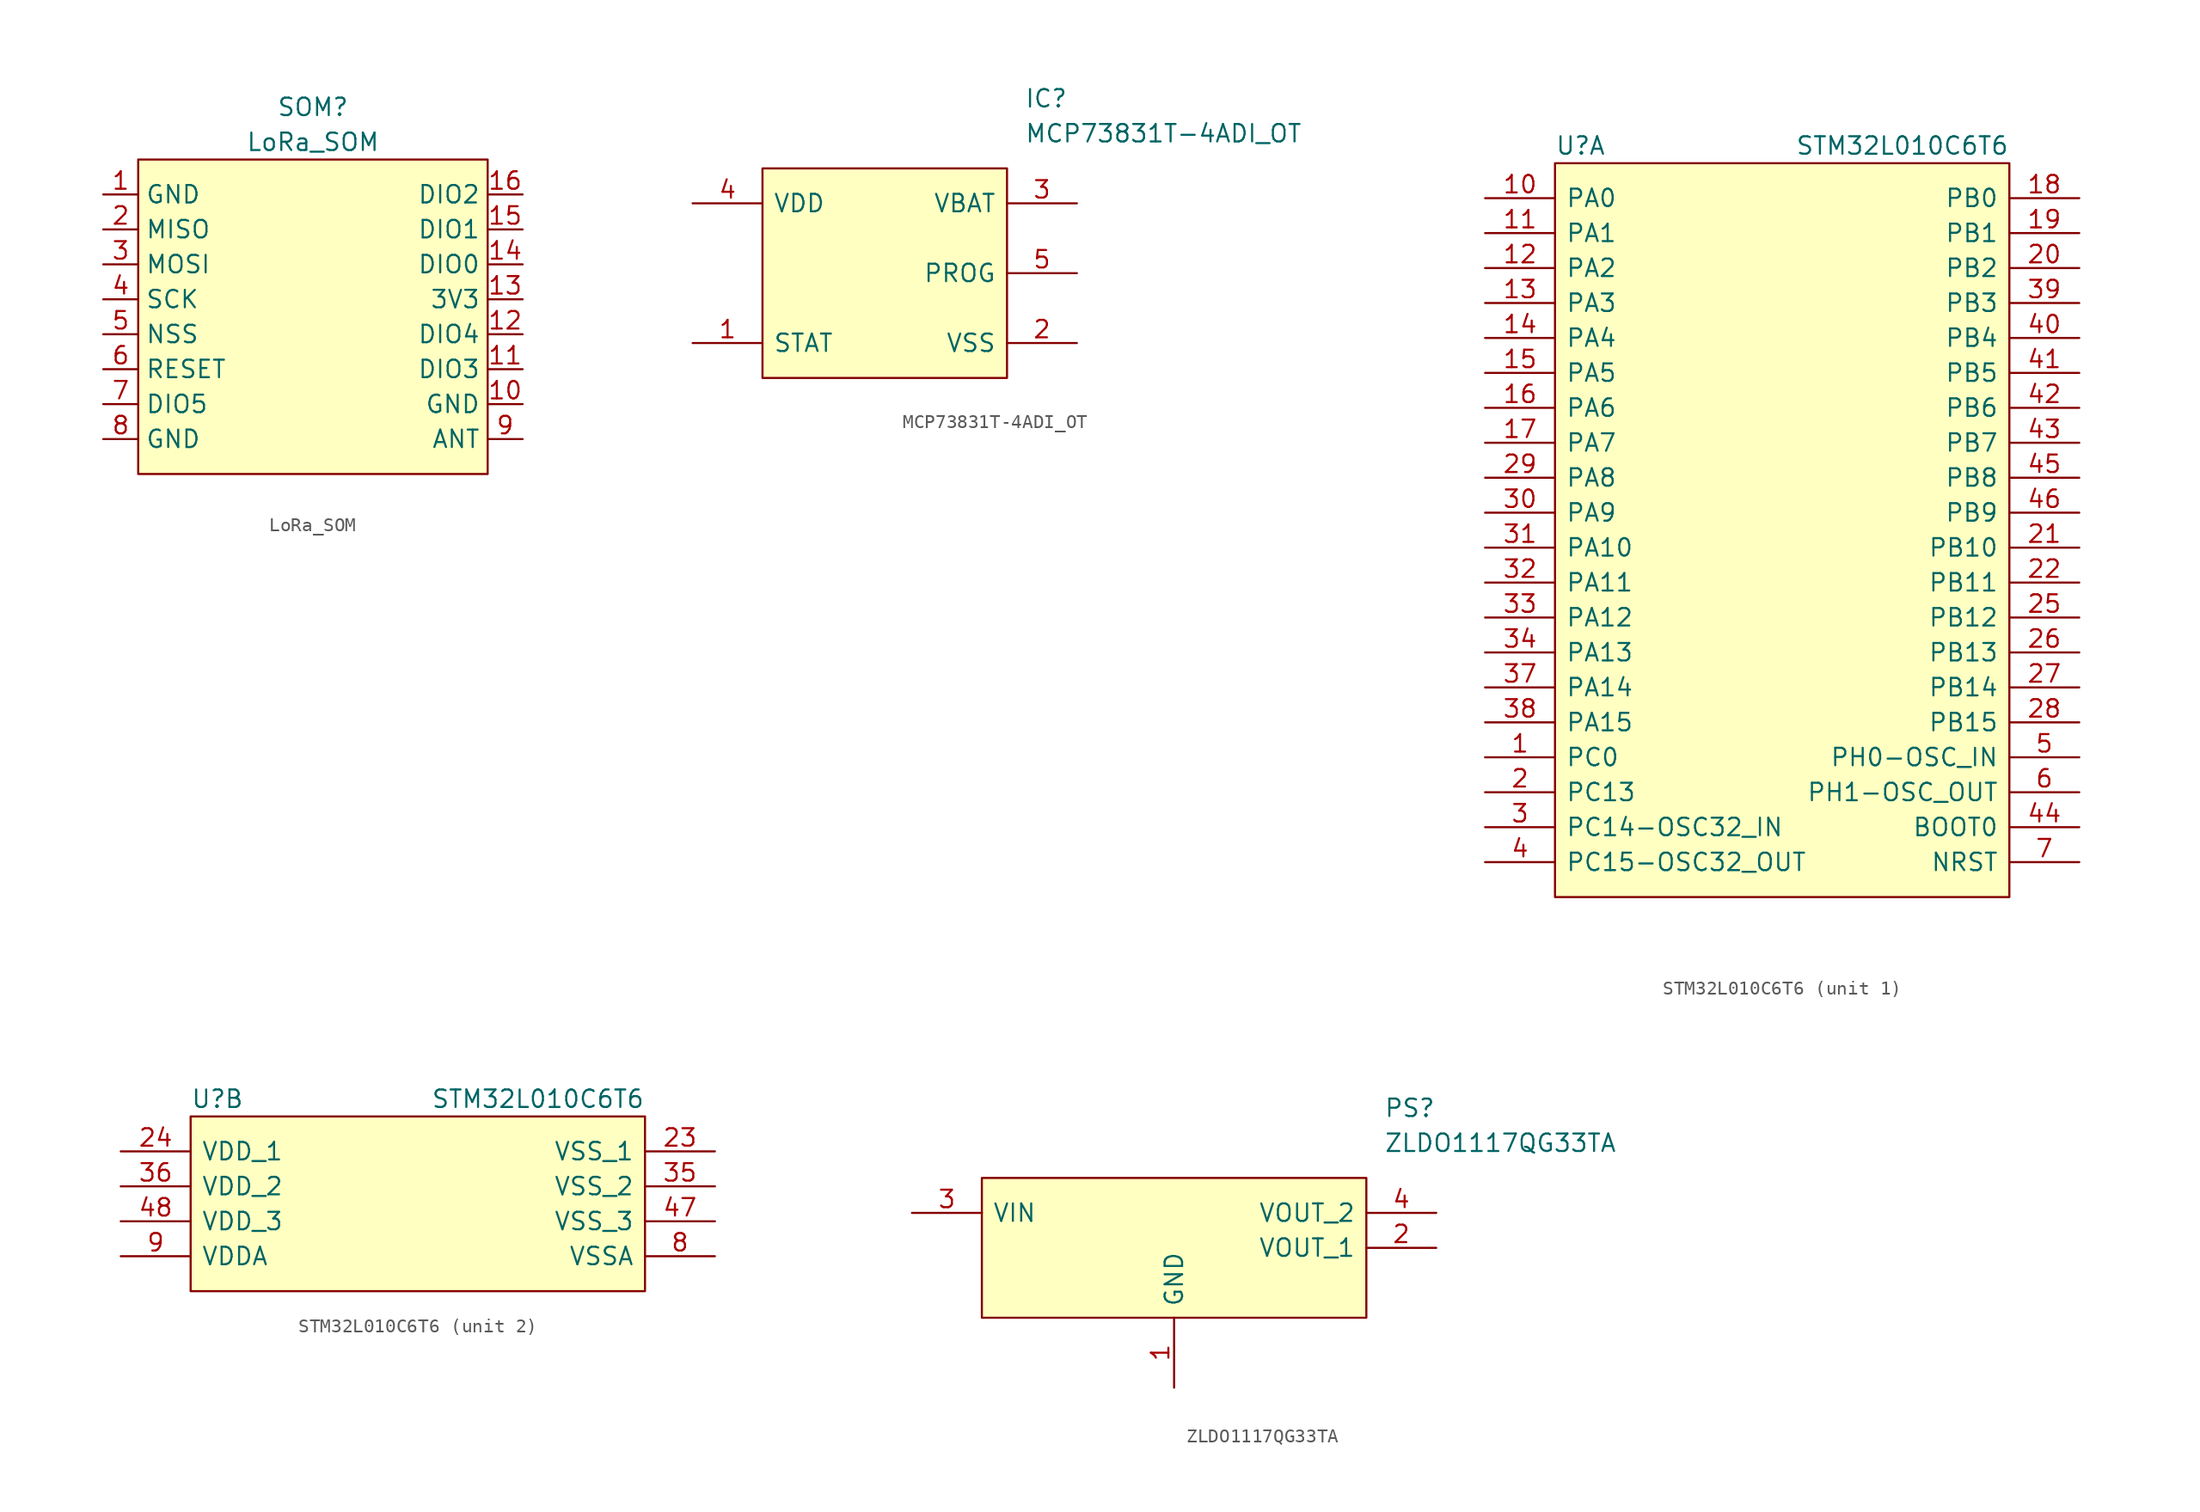
<source format=kicad_sym>
(kicad_symbol_lib
  (version 20220914)
  (generator kicad_symbol_editor)
  (symbol "LoRa_SOM"
    (property "Reference" "SOM"
      (at 0 3.81 0)
      (effects (font (size 1.27 1.27))))
    (property "Value" "LoRa_SOM"
      (at 0 1.27 0)
      (effects (font (size 1.27 1.27))))
    (symbol "LoRa_SOM_0_1"
      (rectangle (start -12.7 0) (end 12.7 -22.86) (stroke (width 0) (type default)) (fill (type background))))
    (symbol "LoRa_SOM_1_1"
      (pin passive line (at -15.24 -2.54 0) (length 2.54) (name "GND" (effects (font (size 1.27 1.27)))) (number "1" (effects (font (size 1.27 1.27)))))
      (pin passive line (at 15.24 -17.78 180) (length 2.54) (name "GND" (effects (font (size 1.27 1.27)))) (number "10" (effects (font (size 1.27 1.27)))))
      (pin passive line (at 15.24 -15.24 180) (length 2.54) (name "DIO3" (effects (font (size 1.27 1.27)))) (number "11" (effects (font (size 1.27 1.27)))))
      (pin passive line (at 15.24 -12.7 180) (length 2.54) (name "DIO4" (effects (font (size 1.27 1.27)))) (number "12" (effects (font (size 1.27 1.27)))))
      (pin passive line (at 15.24 -10.16 180) (length 2.54) (name "3V3" (effects (font (size 1.27 1.27)))) (number "13" (effects (font (size 1.27 1.27)))))
      (pin passive line (at 15.24 -7.62 180) (length 2.54) (name "DIO0" (effects (font (size 1.27 1.27)))) (number "14" (effects (font (size 1.27 1.27)))))
      (pin passive line (at 15.24 -5.08 180) (length 2.54) (name "DIO1" (effects (font (size 1.27 1.27)))) (number "15" (effects (font (size 1.27 1.27)))))
      (pin passive line (at 15.24 -2.54 180) (length 2.54) (name "DIO2" (effects (font (size 1.27 1.27)))) (number "16" (effects (font (size 1.27 1.27)))))
      (pin passive line (at -15.24 -5.08 0) (length 2.54) (name "MISO" (effects (font (size 1.27 1.27)))) (number "2" (effects (font (size 1.27 1.27)))))
      (pin passive line (at -15.24 -7.62 0) (length 2.54) (name "MOSI" (effects (font (size 1.27 1.27)))) (number "3" (effects (font (size 1.27 1.27)))))
      (pin passive line (at -15.24 -10.16 0) (length 2.54) (name "SCK" (effects (font (size 1.27 1.27)))) (number "4" (effects (font (size 1.27 1.27)))))
      (pin passive line (at -15.24 -12.7 0) (length 2.54) (name "NSS" (effects (font (size 1.27 1.27)))) (number "5" (effects (font (size 1.27 1.27)))))
      (pin passive line (at -15.24 -15.24 0) (length 2.54) (name "RESET" (effects (font (size 1.27 1.27)))) (number "6" (effects (font (size 1.27 1.27)))))
      (pin passive line (at -15.24 -17.78 0) (length 2.54) (name "DIO5" (effects (font (size 1.27 1.27)))) (number "7" (effects (font (size 1.27 1.27)))))
      (pin passive line (at -15.24 -20.32 0) (length 2.54) (name "GND" (effects (font (size 1.27 1.27)))) (number "8" (effects (font (size 1.27 1.27)))))
      (pin passive line (at 15.24 -20.32 180) (length 2.54) (name "ANT" (effects (font (size 1.27 1.27)))) (number "9" (effects (font (size 1.27 1.27)))))))
  (symbol "MCP73831T-4ADI_OT"
    (pin_names
      (offset 0.762))
    (property "Reference" "IC"
      (at 24.13 7.62 0)
      (effects (font (size 1.27 1.27)) (justify left)))
    (property "Value" "MCP73831T-4ADI_OT"
      (at 24.13 5.08 0)
      (effects (font (size 1.27 1.27)) (justify left)))
    (symbol "MCP73831T-4ADI_OT_0_0"
      (pin passive line (at 0 -10.16 0) (length 5.08) (name "STAT" (effects (font (size 1.27 1.27)))) (number "1" (effects (font (size 1.27 1.27)))))
      (pin passive line (at 27.94 -10.16 180) (length 5.08) (name "VSS" (effects (font (size 1.27 1.27)))) (number "2" (effects (font (size 1.27 1.27)))))
      (pin passive line (at 27.94 0 180) (length 5.08) (name "VBAT" (effects (font (size 1.27 1.27)))) (number "3" (effects (font (size 1.27 1.27)))))
      (pin passive line (at 0 0 0) (length 5.08) (name "VDD" (effects (font (size 1.27 1.27)))) (number "4" (effects (font (size 1.27 1.27)))))
      (pin passive line (at 27.94 -5.08 180) (length 5.08) (name "PROG" (effects (font (size 1.27 1.27)))) (number "5" (effects (font (size 1.27 1.27))))))
    (symbol "MCP73831T-4ADI_OT_0_1"
      (polyline (pts (xy 5.08 2.54) (xy 22.86 2.54) (xy 22.86 -12.7) (xy 5.08 -12.7) (xy 5.08 2.54)) (stroke (width 0.152) (type solid)) (fill (type background)))))
  (symbol "STM32L010C6T6"
    (pin_names
      (offset 0.762))
    (property "Reference" "U"
      (at -17.78 -1.27 0)
      (effects (font (size 1.27 1.27)) (justify left)))
    (property "Value" "STM32L010C6T6"
      (at 15.24 -1.27 0)
      (effects (font (size 1.27 1.27)) (justify right)))
    (property "ki_locked" ""
      (at 0 0 0)
      (effects (font (size 1.27 1.27))))
    (symbol "STM32L010C6T6_1_0"
      (pin passive line (at -22.86 -45.72 0) (length 5.08) (name "PC0" (effects (font (size 1.27 1.27)))) (number "1" (effects (font (size 1.27 1.27)))))
      (pin passive line (at -22.86 -5.08 0) (length 5.08) (name "PA0" (effects (font (size 1.27 1.27)))) (number "10" (effects (font (size 1.27 1.27)))))
      (pin passive line (at -22.86 -7.62 0) (length 5.08) (name "PA1" (effects (font (size 1.27 1.27)))) (number "11" (effects (font (size 1.27 1.27)))))
      (pin passive line (at -22.86 -10.16 0) (length 5.08) (name "PA2" (effects (font (size 1.27 1.27)))) (number "12" (effects (font (size 1.27 1.27)))))
      (pin passive line (at -22.86 -12.7 0) (length 5.08) (name "PA3" (effects (font (size 1.27 1.27)))) (number "13" (effects (font (size 1.27 1.27)))))
      (pin passive line (at -22.86 -15.24 0) (length 5.08) (name "PA4" (effects (font (size 1.27 1.27)))) (number "14" (effects (font (size 1.27 1.27)))))
      (pin passive line (at -22.86 -17.78 0) (length 5.08) (name "PA5" (effects (font (size 1.27 1.27)))) (number "15" (effects (font (size 1.27 1.27)))))
      (pin passive line (at -22.86 -20.32 0) (length 5.08) (name "PA6" (effects (font (size 1.27 1.27)))) (number "16" (effects (font (size 1.27 1.27)))))
      (pin passive line (at -22.86 -22.86 0) (length 5.08) (name "PA7" (effects (font (size 1.27 1.27)))) (number "17" (effects (font (size 1.27 1.27)))))
      (pin passive line (at 20.32 -5.08 180) (length 5.08) (name "PB0" (effects (font (size 1.27 1.27)))) (number "18" (effects (font (size 1.27 1.27)))))
      (pin passive line (at 20.32 -7.62 180) (length 5.08) (name "PB1" (effects (font (size 1.27 1.27)))) (number "19" (effects (font (size 1.27 1.27)))))
      (pin passive line (at -22.86 -48.26 0) (length 5.08) (name "PC13" (effects (font (size 1.27 1.27)))) (number "2" (effects (font (size 1.27 1.27)))))
      (pin passive line (at 20.32 -10.16 180) (length 5.08) (name "PB2" (effects (font (size 1.27 1.27)))) (number "20" (effects (font (size 1.27 1.27)))))
      (pin passive line (at 20.32 -30.48 180) (length 5.08) (name "PB10" (effects (font (size 1.27 1.27)))) (number "21" (effects (font (size 1.27 1.27)))))
      (pin passive line (at 20.32 -33.02 180) (length 5.08) (name "PB11" (effects (font (size 1.27 1.27)))) (number "22" (effects (font (size 1.27 1.27)))))
      (pin passive line (at 20.32 -35.56 180) (length 5.08) (name "PB12" (effects (font (size 1.27 1.27)))) (number "25" (effects (font (size 1.27 1.27)))))
      (pin passive line (at 20.32 -38.1 180) (length 5.08) (name "PB13" (effects (font (size 1.27 1.27)))) (number "26" (effects (font (size 1.27 1.27)))))
      (pin passive line (at 20.32 -40.64 180) (length 5.08) (name "PB14" (effects (font (size 1.27 1.27)))) (number "27" (effects (font (size 1.27 1.27)))))
      (pin passive line (at 20.32 -43.18 180) (length 5.08) (name "PB15" (effects (font (size 1.27 1.27)))) (number "28" (effects (font (size 1.27 1.27)))))
      (pin passive line (at -22.86 -25.4 0) (length 5.08) (name "PA8" (effects (font (size 1.27 1.27)))) (number "29" (effects (font (size 1.27 1.27)))))
      (pin passive line (at -22.86 -50.8 0) (length 5.08) (name "PC14-OSC32_IN" (effects (font (size 1.27 1.27)))) (number "3" (effects (font (size 1.27 1.27)))))
      (pin passive line (at -22.86 -27.94 0) (length 5.08) (name "PA9" (effects (font (size 1.27 1.27)))) (number "30" (effects (font (size 1.27 1.27)))))
      (pin passive line (at -22.86 -30.48 0) (length 5.08) (name "PA10" (effects (font (size 1.27 1.27)))) (number "31" (effects (font (size 1.27 1.27)))))
      (pin passive line (at -22.86 -33.02 0) (length 5.08) (name "PA11" (effects (font (size 1.27 1.27)))) (number "32" (effects (font (size 1.27 1.27)))))
      (pin passive line (at -22.86 -35.56 0) (length 5.08) (name "PA12" (effects (font (size 1.27 1.27)))) (number "33" (effects (font (size 1.27 1.27)))))
      (pin passive line (at -22.86 -38.1 0) (length 5.08) (name "PA13" (effects (font (size 1.27 1.27)))) (number "34" (effects (font (size 1.27 1.27)))))
      (pin passive line (at -22.86 -40.64 0) (length 5.08) (name "PA14" (effects (font (size 1.27 1.27)))) (number "37" (effects (font (size 1.27 1.27)))))
      (pin passive line (at -22.86 -43.18 0) (length 5.08) (name "PA15" (effects (font (size 1.27 1.27)))) (number "38" (effects (font (size 1.27 1.27)))))
      (pin passive line (at 20.32 -12.7 180) (length 5.08) (name "PB3" (effects (font (size 1.27 1.27)))) (number "39" (effects (font (size 1.27 1.27)))))
      (pin passive line (at -22.86 -53.34 0) (length 5.08) (name "PC15-OSC32_OUT" (effects (font (size 1.27 1.27)))) (number "4" (effects (font (size 1.27 1.27)))))
      (pin passive line (at 20.32 -15.24 180) (length 5.08) (name "PB4" (effects (font (size 1.27 1.27)))) (number "40" (effects (font (size 1.27 1.27)))))
      (pin passive line (at 20.32 -17.78 180) (length 5.08) (name "PB5" (effects (font (size 1.27 1.27)))) (number "41" (effects (font (size 1.27 1.27)))))
      (pin passive line (at 20.32 -20.32 180) (length 5.08) (name "PB6" (effects (font (size 1.27 1.27)))) (number "42" (effects (font (size 1.27 1.27)))))
      (pin passive line (at 20.32 -22.86 180) (length 5.08) (name "PB7" (effects (font (size 1.27 1.27)))) (number "43" (effects (font (size 1.27 1.27)))))
      (pin passive line (at 20.32 -50.8 180) (length 5.08) (name "BOOT0" (effects (font (size 1.27 1.27)))) (number "44" (effects (font (size 1.27 1.27)))))
      (pin passive line (at 20.32 -25.4 180) (length 5.08) (name "PB8" (effects (font (size 1.27 1.27)))) (number "45" (effects (font (size 1.27 1.27)))))
      (pin passive line (at 20.32 -27.94 180) (length 5.08) (name "PB9" (effects (font (size 1.27 1.27)))) (number "46" (effects (font (size 1.27 1.27)))))
      (pin passive line (at 20.32 -45.72 180) (length 5.08) (name "PH0-OSC_IN" (effects (font (size 1.27 1.27)))) (number "5" (effects (font (size 1.27 1.27)))))
      (pin passive line (at 20.32 -48.26 180) (length 5.08) (name "PH1-OSC_OUT" (effects (font (size 1.27 1.27)))) (number "6" (effects (font (size 1.27 1.27)))))
      (pin passive line (at 20.32 -53.34 180) (length 5.08) (name "NRST" (effects (font (size 1.27 1.27)))) (number "7" (effects (font (size 1.27 1.27))))))
    (symbol "STM32L010C6T6_1_1"
      (rectangle (start -17.78 -2.54) (end 15.24 -55.88) (stroke (width 0.152) (type default)) (fill (type background))))
    (symbol "STM32L010C6T6_2_0"
      (pin passive line (at 20.32 -5.08 180) (length 5.08) (name "VSS_1" (effects (font (size 1.27 1.27)))) (number "23" (effects (font (size 1.27 1.27)))))
      (pin passive line (at -22.86 -5.08 0) (length 5.08) (name "VDD_1" (effects (font (size 1.27 1.27)))) (number "24" (effects (font (size 1.27 1.27)))))
      (pin passive line (at 20.32 -7.62 180) (length 5.08) (name "VSS_2" (effects (font (size 1.27 1.27)))) (number "35" (effects (font (size 1.27 1.27)))))
      (pin passive line (at -22.86 -7.62 0) (length 5.08) (name "VDD_2" (effects (font (size 1.27 1.27)))) (number "36" (effects (font (size 1.27 1.27)))))
      (pin passive line (at 20.32 -10.16 180) (length 5.08) (name "VSS_3" (effects (font (size 1.27 1.27)))) (number "47" (effects (font (size 1.27 1.27)))))
      (pin passive line (at -22.86 -10.16 0) (length 5.08) (name "VDD_3" (effects (font (size 1.27 1.27)))) (number "48" (effects (font (size 1.27 1.27)))))
      (pin passive line (at 20.32 -12.7 180) (length 5.08) (name "VSSA" (effects (font (size 1.27 1.27)))) (number "8" (effects (font (size 1.27 1.27)))))
      (pin passive line (at -22.86 -12.7 0) (length 5.08) (name "VDDA" (effects (font (size 1.27 1.27)))) (number "9" (effects (font (size 1.27 1.27))))))
    (symbol "STM32L010C6T6_2_1"
      (polyline (pts (xy -17.78 -2.54) (xy 15.24 -2.54) (xy 15.24 -15.24) (xy -17.78 -15.24) (xy -17.78 -2.54)) (stroke (width 0.152) (type default)) (fill (type background)))))
  (symbol "ZLDO1117QG33TA"
    (pin_names
      (offset 0.762))
    (property "Reference" "PS"
      (at 34.29 7.62 0)
      (effects (font (size 1.27 1.27)) (justify left)))
    (property "Value" "ZLDO1117QG33TA"
      (at 34.29 5.08 0)
      (effects (font (size 1.27 1.27)) (justify left)))
    (symbol "ZLDO1117QG33TA_0_0"
      (pin passive line (at 19.05 -12.7 90) (length 5.08) (name "GND" (effects (font (size 1.27 1.27)))) (number "1" (effects (font (size 1.27 1.27)))))
      (pin passive line (at 38.1 -2.54 180) (length 5.08) (name "VOUT_1" (effects (font (size 1.27 1.27)))) (number "2" (effects (font (size 1.27 1.27)))))
      (pin passive line (at 0 0 0) (length 5.08) (name "VIN" (effects (font (size 1.27 1.27)))) (number "3" (effects (font (size 1.27 1.27)))))
      (pin passive line (at 38.1 0 180) (length 5.08) (name "VOUT_2" (effects (font (size 1.27 1.27)))) (number "4" (effects (font (size 1.27 1.27))))))
    (symbol "ZLDO1117QG33TA_0_1"
      (polyline (pts (xy 5.08 2.54) (xy 33.02 2.54) (xy 33.02 -7.62) (xy 5.08 -7.62) (xy 5.08 2.54)) (stroke (width 0.152) (type solid)) (fill (type background))))))
</source>
